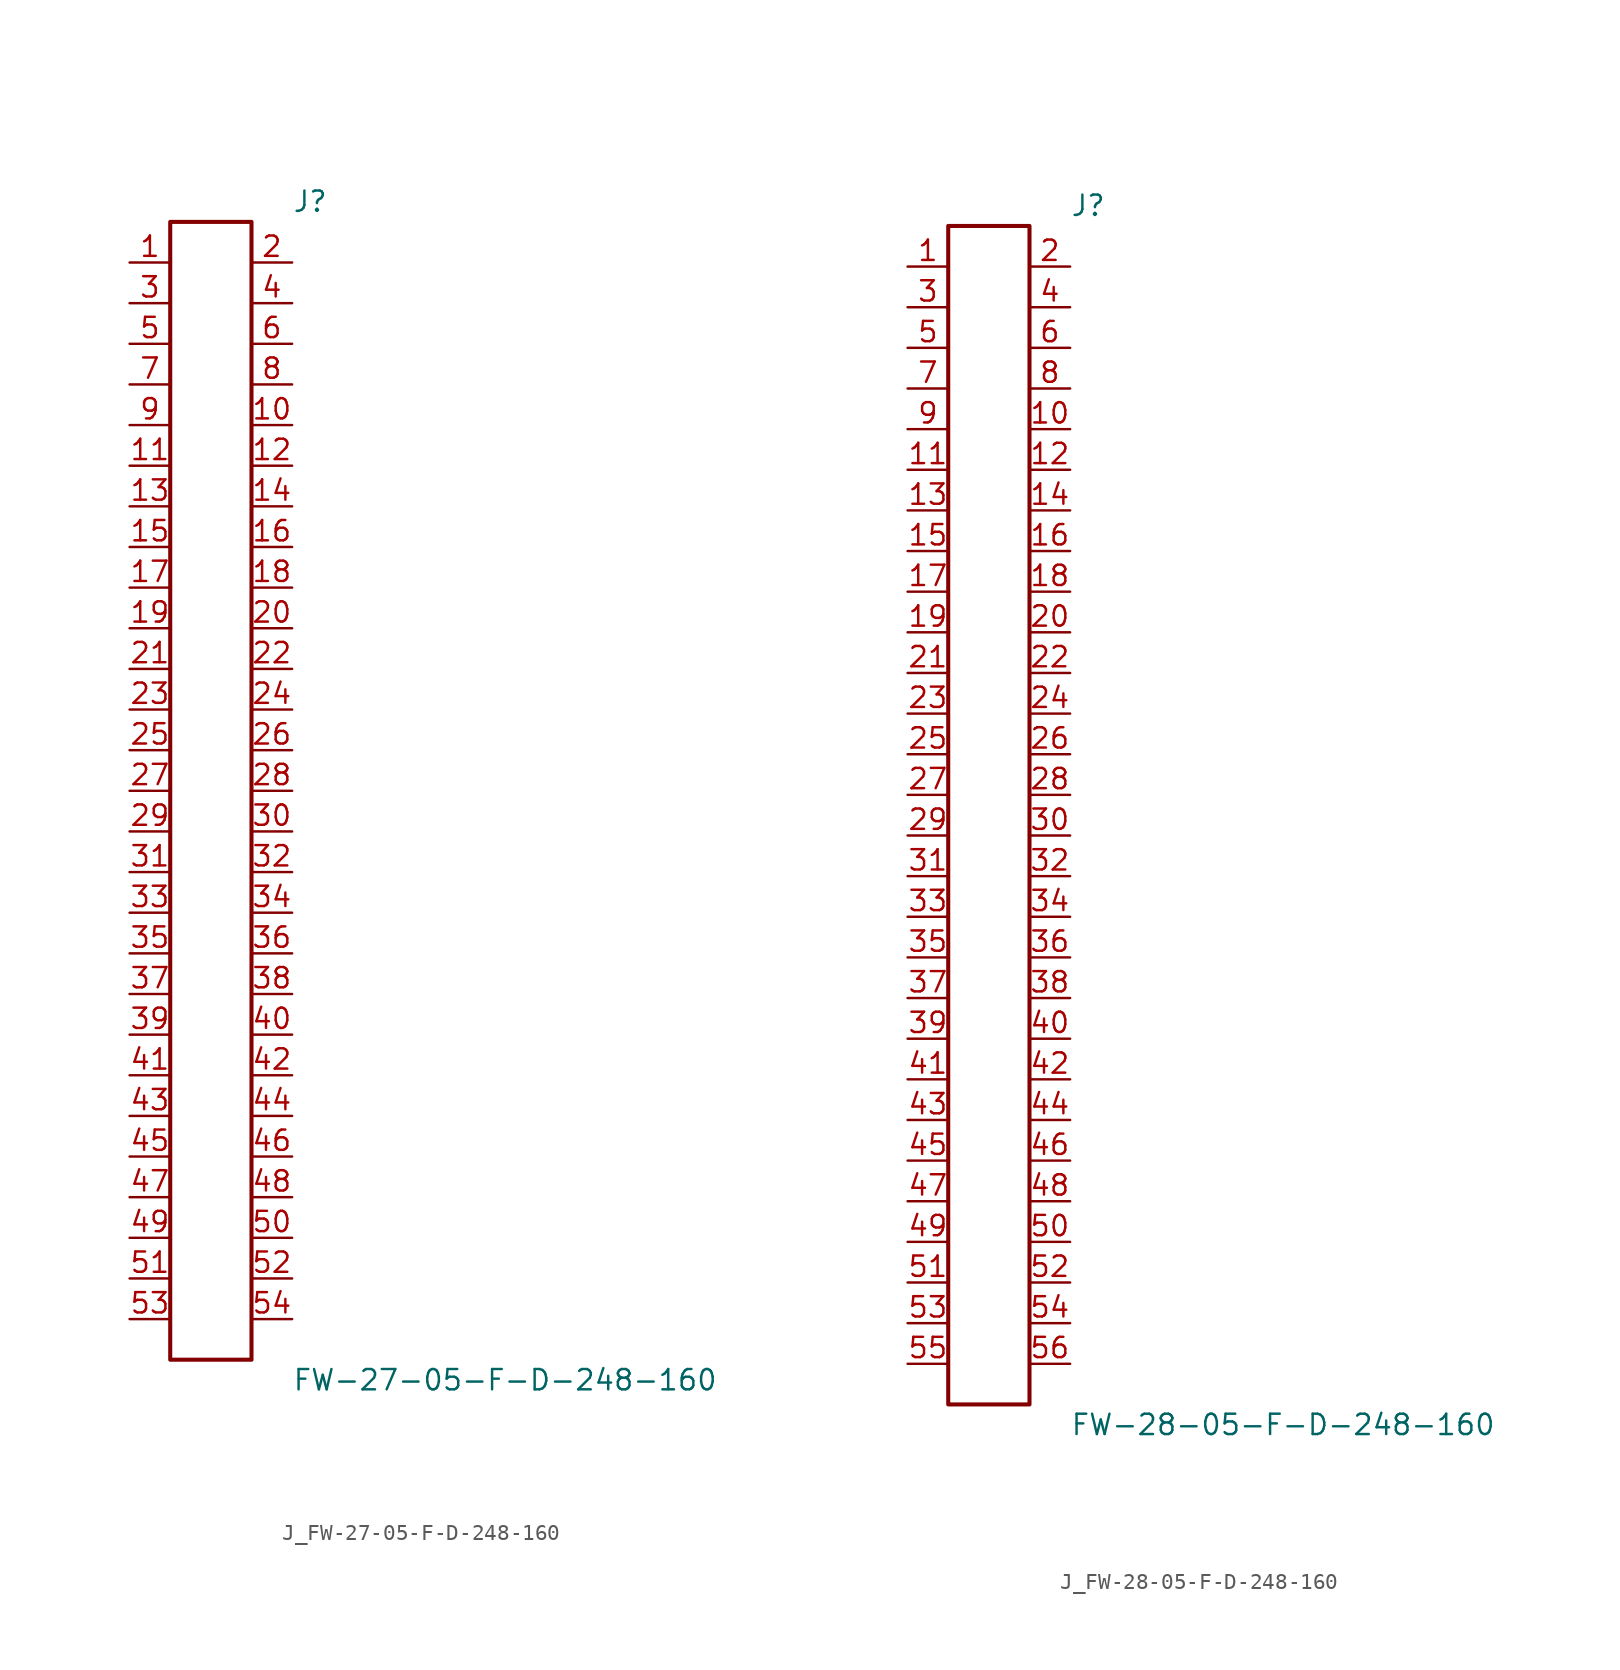
<source format=kicad_sym>
(kicad_symbol_lib
  (version 20231120)
  (generator kicad_symbol_editor)
  (generator_version 8.0)
  (symbol "J_FW-27-05-F-D-248-160"
    (pin_names
      (offset 0.254))
    (property "Reference" "J"
      (at 5.08 36.83 0)
      (effects (font (size 1.27 1.27)) (justify left)))
    (property "Value" "FW-27-05-F-D-248-160"
      (at 5.08 -36.83 0)
      (effects (font (size 1.27 1.27)) (justify left)))
    (symbol "J_FW-27-05-F-D-248-160_0_0"
      (pin passive line (at -5.08 33.02 0) (length 2.54) (name "" (effects (font (size 1.27 1.27)))) (number "1" (effects (font (size 1.27 1.27)))))
      (pin passive line (at 5.08 33.02 180) (length 2.54) (name "" (effects (font (size 1.27 1.27)))) (number "2" (effects (font (size 1.27 1.27)))))
      (pin passive line (at -5.08 30.48 0) (length 2.54) (name "" (effects (font (size 1.27 1.27)))) (number "3" (effects (font (size 1.27 1.27)))))
      (pin passive line (at 5.08 30.48 180) (length 2.54) (name "" (effects (font (size 1.27 1.27)))) (number "4" (effects (font (size 1.27 1.27)))))
      (pin passive line (at -5.08 27.94 0) (length 2.54) (name "" (effects (font (size 1.27 1.27)))) (number "5" (effects (font (size 1.27 1.27)))))
      (pin passive line (at 5.08 27.94 180) (length 2.54) (name "" (effects (font (size 1.27 1.27)))) (number "6" (effects (font (size 1.27 1.27)))))
      (pin passive line (at -5.08 25.4 0) (length 2.54) (name "" (effects (font (size 1.27 1.27)))) (number "7" (effects (font (size 1.27 1.27)))))
      (pin passive line (at 5.08 25.4 180) (length 2.54) (name "" (effects (font (size 1.27 1.27)))) (number "8" (effects (font (size 1.27 1.27)))))
      (pin passive line (at -5.08 22.86 0) (length 2.54) (name "" (effects (font (size 1.27 1.27)))) (number "9" (effects (font (size 1.27 1.27)))))
      (pin passive line (at 5.08 22.86 180) (length 2.54) (name "" (effects (font (size 1.27 1.27)))) (number "10" (effects (font (size 1.27 1.27)))))
      (pin passive line (at -5.08 20.32 0) (length 2.54) (name "" (effects (font (size 1.27 1.27)))) (number "11" (effects (font (size 1.27 1.27)))))
      (pin passive line (at 5.08 20.32 180) (length 2.54) (name "" (effects (font (size 1.27 1.27)))) (number "12" (effects (font (size 1.27 1.27)))))
      (pin passive line (at -5.08 17.78 0) (length 2.54) (name "" (effects (font (size 1.27 1.27)))) (number "13" (effects (font (size 1.27 1.27)))))
      (pin passive line (at 5.08 17.78 180) (length 2.54) (name "" (effects (font (size 1.27 1.27)))) (number "14" (effects (font (size 1.27 1.27)))))
      (pin passive line (at -5.08 15.24 0) (length 2.54) (name "" (effects (font (size 1.27 1.27)))) (number "15" (effects (font (size 1.27 1.27)))))
      (pin passive line (at 5.08 15.24 180) (length 2.54) (name "" (effects (font (size 1.27 1.27)))) (number "16" (effects (font (size 1.27 1.27)))))
      (pin passive line (at -5.08 12.7 0) (length 2.54) (name "" (effects (font (size 1.27 1.27)))) (number "17" (effects (font (size 1.27 1.27)))))
      (pin passive line (at 5.08 12.7 180) (length 2.54) (name "" (effects (font (size 1.27 1.27)))) (number "18" (effects (font (size 1.27 1.27)))))
      (pin passive line (at -5.08 10.16 0) (length 2.54) (name "" (effects (font (size 1.27 1.27)))) (number "19" (effects (font (size 1.27 1.27)))))
      (pin passive line (at 5.08 10.16 180) (length 2.54) (name "" (effects (font (size 1.27 1.27)))) (number "20" (effects (font (size 1.27 1.27)))))
      (pin passive line (at -5.08 7.62 0) (length 2.54) (name "" (effects (font (size 1.27 1.27)))) (number "21" (effects (font (size 1.27 1.27)))))
      (pin passive line (at 5.08 7.62 180) (length 2.54) (name "" (effects (font (size 1.27 1.27)))) (number "22" (effects (font (size 1.27 1.27)))))
      (pin passive line (at -5.08 5.08 0) (length 2.54) (name "" (effects (font (size 1.27 1.27)))) (number "23" (effects (font (size 1.27 1.27)))))
      (pin passive line (at 5.08 5.08 180) (length 2.54) (name "" (effects (font (size 1.27 1.27)))) (number "24" (effects (font (size 1.27 1.27)))))
      (pin passive line (at -5.08 2.54 0) (length 2.54) (name "" (effects (font (size 1.27 1.27)))) (number "25" (effects (font (size 1.27 1.27)))))
      (pin passive line (at 5.08 2.54 180) (length 2.54) (name "" (effects (font (size 1.27 1.27)))) (number "26" (effects (font (size 1.27 1.27)))))
      (pin passive line (at -5.08 0.0 0) (length 2.54) (name "" (effects (font (size 1.27 1.27)))) (number "27" (effects (font (size 1.27 1.27)))))
      (pin passive line (at 5.08 0.0 180) (length 2.54) (name "" (effects (font (size 1.27 1.27)))) (number "28" (effects (font (size 1.27 1.27)))))
      (pin passive line (at -5.08 -2.54 0) (length 2.54) (name "" (effects (font (size 1.27 1.27)))) (number "29" (effects (font (size 1.27 1.27)))))
      (pin passive line (at 5.08 -2.54 180) (length 2.54) (name "" (effects (font (size 1.27 1.27)))) (number "30" (effects (font (size 1.27 1.27)))))
      (pin passive line (at -5.08 -5.08 0) (length 2.54) (name "" (effects (font (size 1.27 1.27)))) (number "31" (effects (font (size 1.27 1.27)))))
      (pin passive line (at 5.08 -5.08 180) (length 2.54) (name "" (effects (font (size 1.27 1.27)))) (number "32" (effects (font (size 1.27 1.27)))))
      (pin passive line (at -5.08 -7.62 0) (length 2.54) (name "" (effects (font (size 1.27 1.27)))) (number "33" (effects (font (size 1.27 1.27)))))
      (pin passive line (at 5.08 -7.62 180) (length 2.54) (name "" (effects (font (size 1.27 1.27)))) (number "34" (effects (font (size 1.27 1.27)))))
      (pin passive line (at -5.08 -10.16 0) (length 2.54) (name "" (effects (font (size 1.27 1.27)))) (number "35" (effects (font (size 1.27 1.27)))))
      (pin passive line (at 5.08 -10.16 180) (length 2.54) (name "" (effects (font (size 1.27 1.27)))) (number "36" (effects (font (size 1.27 1.27)))))
      (pin passive line (at -5.08 -12.7 0) (length 2.54) (name "" (effects (font (size 1.27 1.27)))) (number "37" (effects (font (size 1.27 1.27)))))
      (pin passive line (at 5.08 -12.7 180) (length 2.54) (name "" (effects (font (size 1.27 1.27)))) (number "38" (effects (font (size 1.27 1.27)))))
      (pin passive line (at -5.08 -15.24 0) (length 2.54) (name "" (effects (font (size 1.27 1.27)))) (number "39" (effects (font (size 1.27 1.27)))))
      (pin passive line (at 5.08 -15.24 180) (length 2.54) (name "" (effects (font (size 1.27 1.27)))) (number "40" (effects (font (size 1.27 1.27)))))
      (pin passive line (at -5.08 -17.78 0) (length 2.54) (name "" (effects (font (size 1.27 1.27)))) (number "41" (effects (font (size 1.27 1.27)))))
      (pin passive line (at 5.08 -17.78 180) (length 2.54) (name "" (effects (font (size 1.27 1.27)))) (number "42" (effects (font (size 1.27 1.27)))))
      (pin passive line (at -5.08 -20.32 0) (length 2.54) (name "" (effects (font (size 1.27 1.27)))) (number "43" (effects (font (size 1.27 1.27)))))
      (pin passive line (at 5.08 -20.32 180) (length 2.54) (name "" (effects (font (size 1.27 1.27)))) (number "44" (effects (font (size 1.27 1.27)))))
      (pin passive line (at -5.08 -22.86 0) (length 2.54) (name "" (effects (font (size 1.27 1.27)))) (number "45" (effects (font (size 1.27 1.27)))))
      (pin passive line (at 5.08 -22.86 180) (length 2.54) (name "" (effects (font (size 1.27 1.27)))) (number "46" (effects (font (size 1.27 1.27)))))
      (pin passive line (at -5.08 -25.4 0) (length 2.54) (name "" (effects (font (size 1.27 1.27)))) (number "47" (effects (font (size 1.27 1.27)))))
      (pin passive line (at 5.08 -25.4 180) (length 2.54) (name "" (effects (font (size 1.27 1.27)))) (number "48" (effects (font (size 1.27 1.27)))))
      (pin passive line (at -5.08 -27.94 0) (length 2.54) (name "" (effects (font (size 1.27 1.27)))) (number "49" (effects (font (size 1.27 1.27)))))
      (pin passive line (at 5.08 -27.94 180) (length 2.54) (name "" (effects (font (size 1.27 1.27)))) (number "50" (effects (font (size 1.27 1.27)))))
      (pin passive line (at -5.08 -30.48 0) (length 2.54) (name "" (effects (font (size 1.27 1.27)))) (number "51" (effects (font (size 1.27 1.27)))))
      (pin passive line (at 5.08 -30.48 180) (length 2.54) (name "" (effects (font (size 1.27 1.27)))) (number "52" (effects (font (size 1.27 1.27)))))
      (pin passive line (at -5.08 -33.02 0) (length 2.54) (name "" (effects (font (size 1.27 1.27)))) (number "53" (effects (font (size 1.27 1.27)))))
      (pin passive line (at 5.08 -33.02 180) (length 2.54) (name "" (effects (font (size 1.27 1.27)))) (number "54" (effects (font (size 1.27 1.27))))))
    (symbol "J_FW-27-05-F-D-248-160_1_0"
      (rectangle (start -2.54 35.56) (end 2.54 -35.56) (stroke (width 0.254) (type solid)) (fill (type none)))))
  (symbol "J_FW-28-05-F-D-248-160"
    (pin_names
      (offset 0.254))
    (property "Reference" "J"
      (at 5.08 38.1 0)
      (effects (font (size 1.27 1.27)) (justify left)))
    (property "Value" "FW-28-05-F-D-248-160"
      (at 5.08 -38.1 0)
      (effects (font (size 1.27 1.27)) (justify left)))
    (symbol "J_FW-28-05-F-D-248-160_0_0"
      (pin passive line (at -5.08 34.29 0) (length 2.54) (name "" (effects (font (size 1.27 1.27)))) (number "1" (effects (font (size 1.27 1.27)))))
      (pin passive line (at 5.08 34.29 180) (length 2.54) (name "" (effects (font (size 1.27 1.27)))) (number "2" (effects (font (size 1.27 1.27)))))
      (pin passive line (at -5.08 31.75 0) (length 2.54) (name "" (effects (font (size 1.27 1.27)))) (number "3" (effects (font (size 1.27 1.27)))))
      (pin passive line (at 5.08 31.75 180) (length 2.54) (name "" (effects (font (size 1.27 1.27)))) (number "4" (effects (font (size 1.27 1.27)))))
      (pin passive line (at -5.08 29.21 0) (length 2.54) (name "" (effects (font (size 1.27 1.27)))) (number "5" (effects (font (size 1.27 1.27)))))
      (pin passive line (at 5.08 29.21 180) (length 2.54) (name "" (effects (font (size 1.27 1.27)))) (number "6" (effects (font (size 1.27 1.27)))))
      (pin passive line (at -5.08 26.67 0) (length 2.54) (name "" (effects (font (size 1.27 1.27)))) (number "7" (effects (font (size 1.27 1.27)))))
      (pin passive line (at 5.08 26.67 180) (length 2.54) (name "" (effects (font (size 1.27 1.27)))) (number "8" (effects (font (size 1.27 1.27)))))
      (pin passive line (at -5.08 24.13 0) (length 2.54) (name "" (effects (font (size 1.27 1.27)))) (number "9" (effects (font (size 1.27 1.27)))))
      (pin passive line (at 5.08 24.13 180) (length 2.54) (name "" (effects (font (size 1.27 1.27)))) (number "10" (effects (font (size 1.27 1.27)))))
      (pin passive line (at -5.08 21.59 0) (length 2.54) (name "" (effects (font (size 1.27 1.27)))) (number "11" (effects (font (size 1.27 1.27)))))
      (pin passive line (at 5.08 21.59 180) (length 2.54) (name "" (effects (font (size 1.27 1.27)))) (number "12" (effects (font (size 1.27 1.27)))))
      (pin passive line (at -5.08 19.05 0) (length 2.54) (name "" (effects (font (size 1.27 1.27)))) (number "13" (effects (font (size 1.27 1.27)))))
      (pin passive line (at 5.08 19.05 180) (length 2.54) (name "" (effects (font (size 1.27 1.27)))) (number "14" (effects (font (size 1.27 1.27)))))
      (pin passive line (at -5.08 16.51 0) (length 2.54) (name "" (effects (font (size 1.27 1.27)))) (number "15" (effects (font (size 1.27 1.27)))))
      (pin passive line (at 5.08 16.51 180) (length 2.54) (name "" (effects (font (size 1.27 1.27)))) (number "16" (effects (font (size 1.27 1.27)))))
      (pin passive line (at -5.08 13.97 0) (length 2.54) (name "" (effects (font (size 1.27 1.27)))) (number "17" (effects (font (size 1.27 1.27)))))
      (pin passive line (at 5.08 13.97 180) (length 2.54) (name "" (effects (font (size 1.27 1.27)))) (number "18" (effects (font (size 1.27 1.27)))))
      (pin passive line (at -5.08 11.43 0) (length 2.54) (name "" (effects (font (size 1.27 1.27)))) (number "19" (effects (font (size 1.27 1.27)))))
      (pin passive line (at 5.08 11.43 180) (length 2.54) (name "" (effects (font (size 1.27 1.27)))) (number "20" (effects (font (size 1.27 1.27)))))
      (pin passive line (at -5.08 8.89 0) (length 2.54) (name "" (effects (font (size 1.27 1.27)))) (number "21" (effects (font (size 1.27 1.27)))))
      (pin passive line (at 5.08 8.89 180) (length 2.54) (name "" (effects (font (size 1.27 1.27)))) (number "22" (effects (font (size 1.27 1.27)))))
      (pin passive line (at -5.08 6.35 0) (length 2.54) (name "" (effects (font (size 1.27 1.27)))) (number "23" (effects (font (size 1.27 1.27)))))
      (pin passive line (at 5.08 6.35 180) (length 2.54) (name "" (effects (font (size 1.27 1.27)))) (number "24" (effects (font (size 1.27 1.27)))))
      (pin passive line (at -5.08 3.81 0) (length 2.54) (name "" (effects (font (size 1.27 1.27)))) (number "25" (effects (font (size 1.27 1.27)))))
      (pin passive line (at 5.08 3.81 180) (length 2.54) (name "" (effects (font (size 1.27 1.27)))) (number "26" (effects (font (size 1.27 1.27)))))
      (pin passive line (at -5.08 1.27 0) (length 2.54) (name "" (effects (font (size 1.27 1.27)))) (number "27" (effects (font (size 1.27 1.27)))))
      (pin passive line (at 5.08 1.27 180) (length 2.54) (name "" (effects (font (size 1.27 1.27)))) (number "28" (effects (font (size 1.27 1.27)))))
      (pin passive line (at -5.08 -1.27 0) (length 2.54) (name "" (effects (font (size 1.27 1.27)))) (number "29" (effects (font (size 1.27 1.27)))))
      (pin passive line (at 5.08 -1.27 180) (length 2.54) (name "" (effects (font (size 1.27 1.27)))) (number "30" (effects (font (size 1.27 1.27)))))
      (pin passive line (at -5.08 -3.81 0) (length 2.54) (name "" (effects (font (size 1.27 1.27)))) (number "31" (effects (font (size 1.27 1.27)))))
      (pin passive line (at 5.08 -3.81 180) (length 2.54) (name "" (effects (font (size 1.27 1.27)))) (number "32" (effects (font (size 1.27 1.27)))))
      (pin passive line (at -5.08 -6.35 0) (length 2.54) (name "" (effects (font (size 1.27 1.27)))) (number "33" (effects (font (size 1.27 1.27)))))
      (pin passive line (at 5.08 -6.35 180) (length 2.54) (name "" (effects (font (size 1.27 1.27)))) (number "34" (effects (font (size 1.27 1.27)))))
      (pin passive line (at -5.08 -8.89 0) (length 2.54) (name "" (effects (font (size 1.27 1.27)))) (number "35" (effects (font (size 1.27 1.27)))))
      (pin passive line (at 5.08 -8.89 180) (length 2.54) (name "" (effects (font (size 1.27 1.27)))) (number "36" (effects (font (size 1.27 1.27)))))
      (pin passive line (at -5.08 -11.43 0) (length 2.54) (name "" (effects (font (size 1.27 1.27)))) (number "37" (effects (font (size 1.27 1.27)))))
      (pin passive line (at 5.08 -11.43 180) (length 2.54) (name "" (effects (font (size 1.27 1.27)))) (number "38" (effects (font (size 1.27 1.27)))))
      (pin passive line (at -5.08 -13.97 0) (length 2.54) (name "" (effects (font (size 1.27 1.27)))) (number "39" (effects (font (size 1.27 1.27)))))
      (pin passive line (at 5.08 -13.97 180) (length 2.54) (name "" (effects (font (size 1.27 1.27)))) (number "40" (effects (font (size 1.27 1.27)))))
      (pin passive line (at -5.08 -16.51 0) (length 2.54) (name "" (effects (font (size 1.27 1.27)))) (number "41" (effects (font (size 1.27 1.27)))))
      (pin passive line (at 5.08 -16.51 180) (length 2.54) (name "" (effects (font (size 1.27 1.27)))) (number "42" (effects (font (size 1.27 1.27)))))
      (pin passive line (at -5.08 -19.05 0) (length 2.54) (name "" (effects (font (size 1.27 1.27)))) (number "43" (effects (font (size 1.27 1.27)))))
      (pin passive line (at 5.08 -19.05 180) (length 2.54) (name "" (effects (font (size 1.27 1.27)))) (number "44" (effects (font (size 1.27 1.27)))))
      (pin passive line (at -5.08 -21.59 0) (length 2.54) (name "" (effects (font (size 1.27 1.27)))) (number "45" (effects (font (size 1.27 1.27)))))
      (pin passive line (at 5.08 -21.59 180) (length 2.54) (name "" (effects (font (size 1.27 1.27)))) (number "46" (effects (font (size 1.27 1.27)))))
      (pin passive line (at -5.08 -24.13 0) (length 2.54) (name "" (effects (font (size 1.27 1.27)))) (number "47" (effects (font (size 1.27 1.27)))))
      (pin passive line (at 5.08 -24.13 180) (length 2.54) (name "" (effects (font (size 1.27 1.27)))) (number "48" (effects (font (size 1.27 1.27)))))
      (pin passive line (at -5.08 -26.67 0) (length 2.54) (name "" (effects (font (size 1.27 1.27)))) (number "49" (effects (font (size 1.27 1.27)))))
      (pin passive line (at 5.08 -26.67 180) (length 2.54) (name "" (effects (font (size 1.27 1.27)))) (number "50" (effects (font (size 1.27 1.27)))))
      (pin passive line (at -5.08 -29.21 0) (length 2.54) (name "" (effects (font (size 1.27 1.27)))) (number "51" (effects (font (size 1.27 1.27)))))
      (pin passive line (at 5.08 -29.21 180) (length 2.54) (name "" (effects (font (size 1.27 1.27)))) (number "52" (effects (font (size 1.27 1.27)))))
      (pin passive line (at -5.08 -31.75 0) (length 2.54) (name "" (effects (font (size 1.27 1.27)))) (number "53" (effects (font (size 1.27 1.27)))))
      (pin passive line (at 5.08 -31.75 180) (length 2.54) (name "" (effects (font (size 1.27 1.27)))) (number "54" (effects (font (size 1.27 1.27)))))
      (pin passive line (at -5.08 -34.29 0) (length 2.54) (name "" (effects (font (size 1.27 1.27)))) (number "55" (effects (font (size 1.27 1.27)))))
      (pin passive line (at 5.08 -34.29 180) (length 2.54) (name "" (effects (font (size 1.27 1.27)))) (number "56" (effects (font (size 1.27 1.27))))))
    (symbol "J_FW-28-05-F-D-248-160_1_0"
      (rectangle (start -2.54 36.83) (end 2.54 -36.83) (stroke (width 0.254) (type solid)) (fill (type none))))))
</source>
